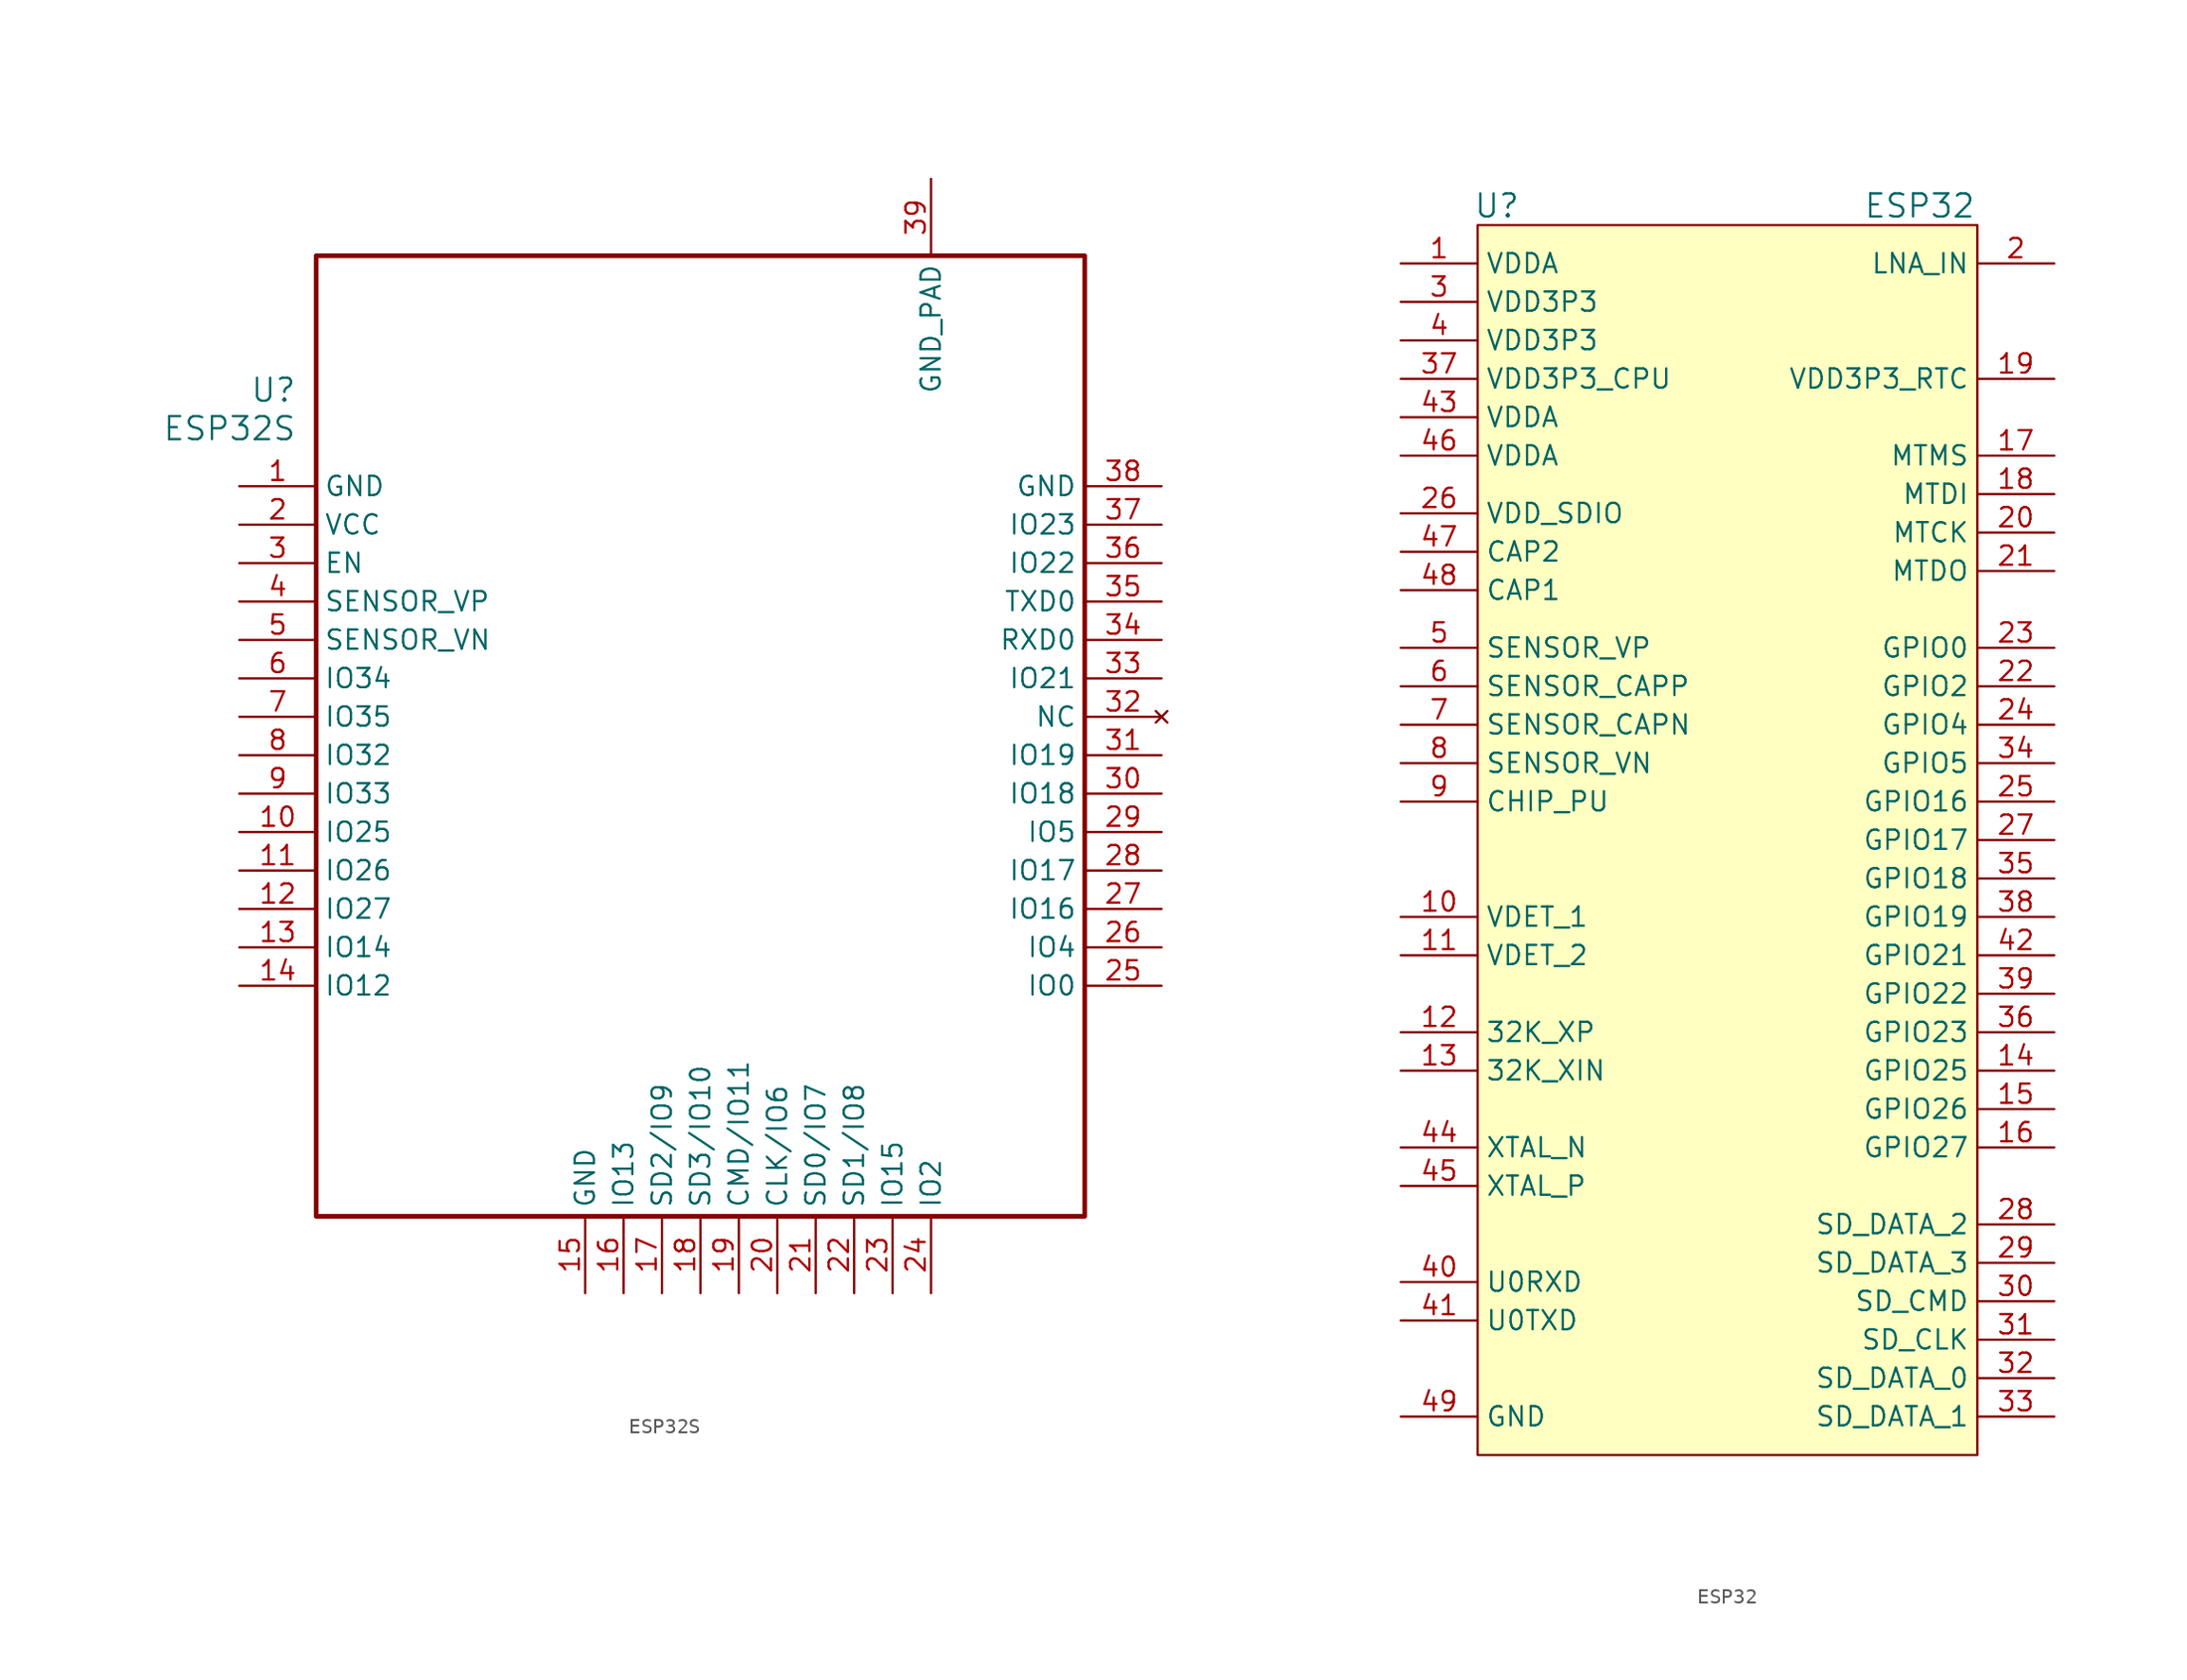
<source format=kicad_sym>
(kicad_symbol_lib
  (version 20201005)
  (generator kicad_symbol_editor)
  (symbol "Zimprich_neu:ESP32S"
    (property "Reference" "U"
      (at 3.81 6.35 0)
      (effects (font (size 1.524 1.524)) (justify right)))
    (property "Value" "ESP32S"
      (at 3.81 3.81 0)
      (effects (font (size 1.524 1.524)) (justify right)))
    (property "ki_locked" ""
      (at 0 0 0)
      (effects (font (size 1.27 1.27))))
    (symbol "ESP32S_1_1"
      (rectangle (start 5.08 15.24) (end 55.88 -48.26) (stroke (width 0.305)) (fill (type none)))
      (pin power_in line (at 0 0 0) (length 5.08) (name "GND" (effects (font (size 1.27 1.27)))) (number "1" (effects (font (size 1.27 1.27)))))
      (pin bidirectional line (at 0 -22.86 0) (length 5.08) (name "IO25" (effects (font (size 1.27 1.27)))) (number "10" (effects (font (size 1.27 1.27)))))
      (pin input line (at 0 -25.4 0) (length 5.08) (name "IO26" (effects (font (size 1.27 1.27)))) (number "11" (effects (font (size 1.27 1.27)))))
      (pin bidirectional line (at 0 -27.94 0) (length 5.08) (name "IO27" (effects (font (size 1.27 1.27)))) (number "12" (effects (font (size 1.27 1.27)))))
      (pin bidirectional line (at 0 -30.48 0) (length 5.08) (name "IO14" (effects (font (size 1.27 1.27)))) (number "13" (effects (font (size 1.27 1.27)))))
      (pin bidirectional line (at 0 -33.02 0) (length 5.08) (name "IO12" (effects (font (size 1.27 1.27)))) (number "14" (effects (font (size 1.27 1.27)))))
      (pin power_in line (at 22.86 -53.34 90) (length 5.08) (name "GND" (effects (font (size 1.27 1.27)))) (number "15" (effects (font (size 1.27 1.27)))))
      (pin bidirectional line (at 25.4 -53.34 90) (length 5.08) (name "IO13" (effects (font (size 1.27 1.27)))) (number "16" (effects (font (size 1.27 1.27)))))
      (pin bidirectional line (at 27.94 -53.34 90) (length 5.08) (name "SD2/IO9" (effects (font (size 1.27 1.27)))) (number "17" (effects (font (size 1.27 1.27)))))
      (pin bidirectional line (at 30.48 -53.34 90) (length 5.08) (name "SD3/IO10" (effects (font (size 1.27 1.27)))) (number "18" (effects (font (size 1.27 1.27)))))
      (pin bidirectional line (at 33.02 -53.34 90) (length 5.08) (name "CMD/IO11" (effects (font (size 1.27 1.27)))) (number "19" (effects (font (size 1.27 1.27)))))
      (pin power_in line (at 0 -2.54 0) (length 5.08) (name "VCC" (effects (font (size 1.27 1.27)))) (number "2" (effects (font (size 1.27 1.27)))))
      (pin bidirectional line (at 35.56 -53.34 90) (length 5.08) (name "CLK/IO6" (effects (font (size 1.27 1.27)))) (number "20" (effects (font (size 1.27 1.27)))))
      (pin bidirectional line (at 38.1 -53.34 90) (length 5.08) (name "SD0/IO7" (effects (font (size 1.27 1.27)))) (number "21" (effects (font (size 1.27 1.27)))))
      (pin bidirectional line (at 40.64 -53.34 90) (length 5.08) (name "SD1/IO8" (effects (font (size 1.27 1.27)))) (number "22" (effects (font (size 1.27 1.27)))))
      (pin bidirectional line (at 43.18 -53.34 90) (length 5.08) (name "IO15" (effects (font (size 1.27 1.27)))) (number "23" (effects (font (size 1.27 1.27)))))
      (pin bidirectional line (at 45.72 -53.34 90) (length 5.08) (name "IO2" (effects (font (size 1.27 1.27)))) (number "24" (effects (font (size 1.27 1.27)))))
      (pin bidirectional line (at 60.96 -33.02 180) (length 5.08) (name "IO0" (effects (font (size 1.27 1.27)))) (number "25" (effects (font (size 1.27 1.27)))))
      (pin bidirectional line (at 60.96 -30.48 180) (length 5.08) (name "IO4" (effects (font (size 1.27 1.27)))) (number "26" (effects (font (size 1.27 1.27)))))
      (pin bidirectional line (at 60.96 -27.94 180) (length 5.08) (name "IO16" (effects (font (size 1.27 1.27)))) (number "27" (effects (font (size 1.27 1.27)))))
      (pin bidirectional line (at 60.96 -25.4 180) (length 5.08) (name "IO17" (effects (font (size 1.27 1.27)))) (number "28" (effects (font (size 1.27 1.27)))))
      (pin bidirectional line (at 60.96 -22.86 180) (length 5.08) (name "IO5" (effects (font (size 1.27 1.27)))) (number "29" (effects (font (size 1.27 1.27)))))
      (pin input line (at 0 -5.08 0) (length 5.08) (name "EN" (effects (font (size 1.27 1.27)))) (number "3" (effects (font (size 1.27 1.27)))))
      (pin bidirectional line (at 60.96 -20.32 180) (length 5.08) (name "IO18" (effects (font (size 1.27 1.27)))) (number "30" (effects (font (size 1.27 1.27)))))
      (pin bidirectional line (at 60.96 -17.78 180) (length 5.08) (name "IO19" (effects (font (size 1.27 1.27)))) (number "31" (effects (font (size 1.27 1.27)))))
      (pin unconnected line (at 60.96 -15.24 180) (length 5.08) (name "NC" (effects (font (size 1.27 1.27)))) (number "32" (effects (font (size 1.27 1.27)))))
      (pin bidirectional line (at 60.96 -12.7 180) (length 5.08) (name "IO21" (effects (font (size 1.27 1.27)))) (number "33" (effects (font (size 1.27 1.27)))))
      (pin bidirectional line (at 60.96 -10.16 180) (length 5.08) (name "RXD0" (effects (font (size 1.27 1.27)))) (number "34" (effects (font (size 1.27 1.27)))))
      (pin bidirectional line (at 60.96 -7.62 180) (length 5.08) (name "TXD0" (effects (font (size 1.27 1.27)))) (number "35" (effects (font (size 1.27 1.27)))))
      (pin bidirectional line (at 60.96 -5.08 180) (length 5.08) (name "IO22" (effects (font (size 1.27 1.27)))) (number "36" (effects (font (size 1.27 1.27)))))
      (pin bidirectional line (at 60.96 -2.54 180) (length 5.08) (name "IO23" (effects (font (size 1.27 1.27)))) (number "37" (effects (font (size 1.27 1.27)))))
      (pin power_in line (at 60.96 0 180) (length 5.08) (name "GND" (effects (font (size 1.27 1.27)))) (number "38" (effects (font (size 1.27 1.27)))))
      (pin power_in line (at 45.72 20.32 270) (length 5.08) (name "GND_PAD" (effects (font (size 1.27 1.27)))) (number "39" (effects (font (size 1.27 1.27)))))
      (pin input line (at 0 -7.62 0) (length 5.08) (name "SENSOR_VP" (effects (font (size 1.27 1.27)))) (number "4" (effects (font (size 1.27 1.27)))))
      (pin input line (at 0 -10.16 0) (length 5.08) (name "SENSOR_VN" (effects (font (size 1.27 1.27)))) (number "5" (effects (font (size 1.27 1.27)))))
      (pin bidirectional line (at 0 -12.7 0) (length 5.08) (name "IO34" (effects (font (size 1.27 1.27)))) (number "6" (effects (font (size 1.27 1.27)))))
      (pin bidirectional line (at 0 -15.24 0) (length 5.08) (name "IO35" (effects (font (size 1.27 1.27)))) (number "7" (effects (font (size 1.27 1.27)))))
      (pin bidirectional line (at 0 -17.78 0) (length 5.08) (name "IO32" (effects (font (size 1.27 1.27)))) (number "8" (effects (font (size 1.27 1.27)))))
      (pin bidirectional line (at 0 -20.32 0) (length 5.08) (name "IO33" (effects (font (size 1.27 1.27)))) (number "9" (effects (font (size 1.27 1.27)))))))
  (symbol "Zimprich_neu:ESP32"
    (property "Reference" "U"
      (at -15.24 43.18 0)
      (effects (font (size 1.524 1.524))))
    (property "Value" "ESP32"
      (at 12.7 43.18 0)
      (effects (font (size 1.524 1.524))))
    (symbol "ESP32_0_1"
      (rectangle (start -16.51 41.91) (end 16.51 -39.37) (stroke (width 0)) (fill (type background))))
    (symbol "ESP32_1_1"
      (pin power_in line (at -21.59 39.37 0) (length 5.08) (name "VDDA" (effects (font (size 1.27 1.27)))) (number "1" (effects (font (size 1.27 1.27)))))
      (pin input line (at -21.59 -3.81 0) (length 5.08) (name "VDET_1" (effects (font (size 1.27 1.27)))) (number "10" (effects (font (size 1.27 1.27)))))
      (pin input line (at -21.59 -6.35 0) (length 5.08) (name "VDET_2" (effects (font (size 1.27 1.27)))) (number "11" (effects (font (size 1.27 1.27)))))
      (pin bidirectional line (at -21.59 -11.43 0) (length 5.08) (name "32K_XP" (effects (font (size 1.27 1.27)))) (number "12" (effects (font (size 1.27 1.27)))))
      (pin bidirectional line (at -21.59 -13.97 0) (length 5.08) (name "32K_XIN" (effects (font (size 1.27 1.27)))) (number "13" (effects (font (size 1.27 1.27)))))
      (pin bidirectional line (at 21.59 -13.97 180) (length 5.08) (name "GPIO25" (effects (font (size 1.27 1.27)))) (number "14" (effects (font (size 1.27 1.27)))))
      (pin bidirectional line (at 21.59 -16.51 180) (length 5.08) (name "GPIO26" (effects (font (size 1.27 1.27)))) (number "15" (effects (font (size 1.27 1.27)))))
      (pin bidirectional line (at 21.59 -19.05 180) (length 5.08) (name "GPIO27" (effects (font (size 1.27 1.27)))) (number "16" (effects (font (size 1.27 1.27)))))
      (pin bidirectional line (at 21.59 26.67 180) (length 5.08) (name "MTMS" (effects (font (size 1.27 1.27)))) (number "17" (effects (font (size 1.27 1.27)))))
      (pin bidirectional line (at 21.59 24.13 180) (length 5.08) (name "MTDI" (effects (font (size 1.27 1.27)))) (number "18" (effects (font (size 1.27 1.27)))))
      (pin power_in line (at 21.59 31.75 180) (length 5.08) (name "VDD3P3_RTC" (effects (font (size 1.27 1.27)))) (number "19" (effects (font (size 1.27 1.27)))))
      (pin input line (at 21.59 39.37 180) (length 5.08) (name "LNA_IN" (effects (font (size 1.27 1.27)))) (number "2" (effects (font (size 1.27 1.27)))))
      (pin bidirectional line (at 21.59 21.59 180) (length 5.08) (name "MTCK" (effects (font (size 1.27 1.27)))) (number "20" (effects (font (size 1.27 1.27)))))
      (pin bidirectional line (at 21.59 19.05 180) (length 5.08) (name "MTDO" (effects (font (size 1.27 1.27)))) (number "21" (effects (font (size 1.27 1.27)))))
      (pin bidirectional line (at 21.59 11.43 180) (length 5.08) (name "GPIO2" (effects (font (size 1.27 1.27)))) (number "22" (effects (font (size 1.27 1.27)))))
      (pin bidirectional line (at 21.59 13.97 180) (length 5.08) (name "GPIO0" (effects (font (size 1.27 1.27)))) (number "23" (effects (font (size 1.27 1.27)))))
      (pin bidirectional line (at 21.59 8.89 180) (length 5.08) (name "GPIO4" (effects (font (size 1.27 1.27)))) (number "24" (effects (font (size 1.27 1.27)))))
      (pin bidirectional line (at 21.59 3.81 180) (length 5.08) (name "GPIO16" (effects (font (size 1.27 1.27)))) (number "25" (effects (font (size 1.27 1.27)))))
      (pin power_in line (at -21.59 22.86 0) (length 5.08) (name "VDD_SDIO" (effects (font (size 1.27 1.27)))) (number "26" (effects (font (size 1.27 1.27)))))
      (pin bidirectional line (at 21.59 1.27 180) (length 5.08) (name "GPIO17" (effects (font (size 1.27 1.27)))) (number "27" (effects (font (size 1.27 1.27)))))
      (pin bidirectional line (at 21.59 -24.13 180) (length 5.08) (name "SD_DATA_2" (effects (font (size 1.27 1.27)))) (number "28" (effects (font (size 1.27 1.27)))))
      (pin bidirectional line (at 21.59 -26.67 180) (length 5.08) (name "SD_DATA_3" (effects (font (size 1.27 1.27)))) (number "29" (effects (font (size 1.27 1.27)))))
      (pin power_in line (at -21.59 36.83 0) (length 5.08) (name "VDD3P3" (effects (font (size 1.27 1.27)))) (number "3" (effects (font (size 1.27 1.27)))))
      (pin bidirectional line (at 21.59 -29.21 180) (length 5.08) (name "SD_CMD" (effects (font (size 1.27 1.27)))) (number "30" (effects (font (size 1.27 1.27)))))
      (pin bidirectional line (at 21.59 -31.75 180) (length 5.08) (name "SD_CLK" (effects (font (size 1.27 1.27)))) (number "31" (effects (font (size 1.27 1.27)))))
      (pin bidirectional line (at 21.59 -34.29 180) (length 5.08) (name "SD_DATA_0" (effects (font (size 1.27 1.27)))) (number "32" (effects (font (size 1.27 1.27)))))
      (pin bidirectional line (at 21.59 -36.83 180) (length 5.08) (name "SD_DATA_1" (effects (font (size 1.27 1.27)))) (number "33" (effects (font (size 1.27 1.27)))))
      (pin bidirectional line (at 21.59 6.35 180) (length 5.08) (name "GPIO5" (effects (font (size 1.27 1.27)))) (number "34" (effects (font (size 1.27 1.27)))))
      (pin bidirectional line (at 21.59 -1.27 180) (length 5.08) (name "GPIO18" (effects (font (size 1.27 1.27)))) (number "35" (effects (font (size 1.27 1.27)))))
      (pin bidirectional line (at 21.59 -11.43 180) (length 5.08) (name "GPIO23" (effects (font (size 1.27 1.27)))) (number "36" (effects (font (size 1.27 1.27)))))
      (pin power_in line (at -21.59 31.75 0) (length 5.08) (name "VDD3P3_CPU" (effects (font (size 1.27 1.27)))) (number "37" (effects (font (size 1.27 1.27)))))
      (pin bidirectional line (at 21.59 -3.81 180) (length 5.08) (name "GPIO19" (effects (font (size 1.27 1.27)))) (number "38" (effects (font (size 1.27 1.27)))))
      (pin bidirectional line (at 21.59 -8.89 180) (length 5.08) (name "GPIO22" (effects (font (size 1.27 1.27)))) (number "39" (effects (font (size 1.27 1.27)))))
      (pin input line (at -21.59 34.29 0) (length 5.08) (name "VDD3P3" (effects (font (size 1.27 1.27)))) (number "4" (effects (font (size 1.27 1.27)))))
      (pin bidirectional line (at -21.59 -27.94 0) (length 5.08) (name "U0RXD" (effects (font (size 1.27 1.27)))) (number "40" (effects (font (size 1.27 1.27)))))
      (pin bidirectional line (at -21.59 -30.48 0) (length 5.08) (name "U0TXD" (effects (font (size 1.27 1.27)))) (number "41" (effects (font (size 1.27 1.27)))))
      (pin bidirectional line (at 21.59 -6.35 180) (length 5.08) (name "GPIO21" (effects (font (size 1.27 1.27)))) (number "42" (effects (font (size 1.27 1.27)))))
      (pin power_in line (at -21.59 29.21 0) (length 5.08) (name "VDDA" (effects (font (size 1.27 1.27)))) (number "43" (effects (font (size 1.27 1.27)))))
      (pin bidirectional line (at -21.59 -19.05 0) (length 5.08) (name "XTAL_N" (effects (font (size 1.27 1.27)))) (number "44" (effects (font (size 1.27 1.27)))))
      (pin bidirectional line (at -21.59 -21.59 0) (length 5.08) (name "XTAL_P" (effects (font (size 1.27 1.27)))) (number "45" (effects (font (size 1.27 1.27)))))
      (pin power_in line (at -21.59 26.67 0) (length 5.08) (name "VDDA" (effects (font (size 1.27 1.27)))) (number "46" (effects (font (size 1.27 1.27)))))
      (pin passive line (at -21.59 20.32 0) (length 5.08) (name "CAP2" (effects (font (size 1.27 1.27)))) (number "47" (effects (font (size 1.27 1.27)))))
      (pin passive line (at -21.59 17.78 0) (length 5.08) (name "CAP1" (effects (font (size 1.27 1.27)))) (number "48" (effects (font (size 1.27 1.27)))))
      (pin power_in line (at -21.59 -36.83 0) (length 5.08) (name "GND" (effects (font (size 1.27 1.27)))) (number "49" (effects (font (size 1.27 1.27)))))
      (pin input line (at -21.59 13.97 0) (length 5.08) (name "SENSOR_VP" (effects (font (size 1.27 1.27)))) (number "5" (effects (font (size 1.27 1.27)))))
      (pin input line (at -21.59 11.43 0) (length 5.08) (name "SENSOR_CAPP" (effects (font (size 1.27 1.27)))) (number "6" (effects (font (size 1.27 1.27)))))
      (pin input line (at -21.59 8.89 0) (length 5.08) (name "SENSOR_CAPN" (effects (font (size 1.27 1.27)))) (number "7" (effects (font (size 1.27 1.27)))))
      (pin input line (at -21.59 6.35 0) (length 5.08) (name "SENSOR_VN" (effects (font (size 1.27 1.27)))) (number "8" (effects (font (size 1.27 1.27)))))
      (pin input line (at -21.59 3.81 0) (length 5.08) (name "CHIP_PU" (effects (font (size 1.27 1.27)))) (number "9" (effects (font (size 1.27 1.27))))))))
</source>
